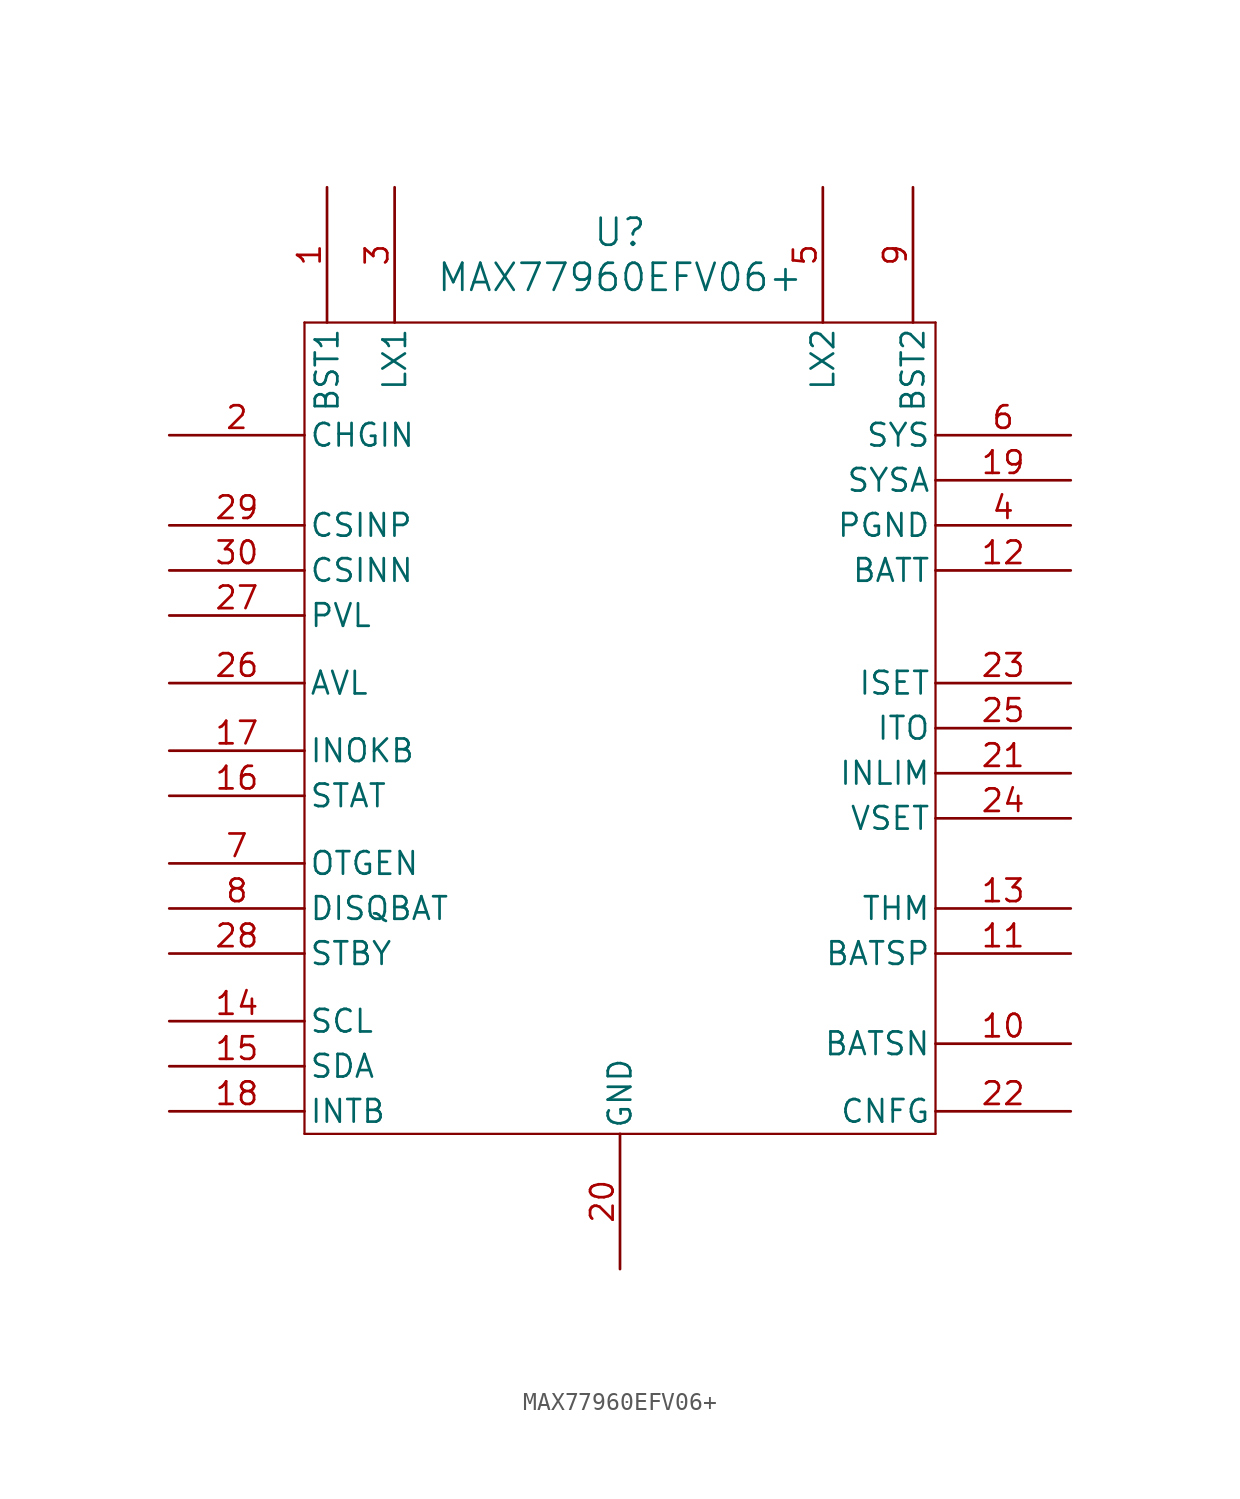
<source format=kicad_sym>
(kicad_symbol_lib
  (version 20231120)
  (generator "kicad_symbol_editor")
  (generator_version "8.0")
  (symbol "MAX77960EFV06+"
    (pin_names
      (offset 0.254))
    (property "Reference" "U"
      (at 25.4 10.16 0)
      (effects (font (size 1.524 1.524))))
    (property "Value" "MAX77960EFV06+"
      (at 25.4 7.62 0)
      (effects (font (size 1.524 1.524))))
    (property "ki_locked" ""
      (at 0 0 0)
      (effects (font (size 1.27 1.27))))
    (symbol "MAX77960EFV06+_0_1"
      (polyline (pts (xy 7.62 -40.64) (xy 43.18 -40.64)) (stroke (width 0.127) (type default)) (fill (type none)))
      (polyline (pts (xy 7.62 5.08) (xy 7.62 -40.64)) (stroke (width 0.127) (type default)) (fill (type none)))
      (polyline (pts (xy 43.18 -40.64) (xy 43.18 5.08)) (stroke (width 0.127) (type default)) (fill (type none)))
      (polyline (pts (xy 43.18 5.08) (xy 7.62 5.08)) (stroke (width 0.127) (type default)) (fill (type none)))
      (pin power_in line (at 8.89 12.7 270) (length 7.62) (name "BST1" (effects (font (size 1.27 1.27)))) (number "1" (effects (font (size 1.27 1.27)))))
      (pin input line (at 50.8 -35.56 180) (length 7.62) (name "BATSN" (effects (font (size 1.27 1.27)))) (number "10" (effects (font (size 1.27 1.27)))))
      (pin input line (at 50.8 -30.48 180) (length 7.62) (name "BATSP" (effects (font (size 1.27 1.27)))) (number "11" (effects (font (size 1.27 1.27)))))
      (pin power_in line (at 50.8 -8.89 180) (length 7.62) (name "BATT" (effects (font (size 1.27 1.27)))) (number "12" (effects (font (size 1.27 1.27)))))
      (pin input line (at 50.8 -27.94 180) (length 7.62) (name "THM" (effects (font (size 1.27 1.27)))) (number "13" (effects (font (size 1.27 1.27)))))
      (pin input line (at 0 -34.29 0) (length 7.62) (name "SCL" (effects (font (size 1.27 1.27)))) (number "14" (effects (font (size 1.27 1.27)))))
      (pin output line (at 0 -36.83 0) (length 7.62) (name "SDA" (effects (font (size 1.27 1.27)))) (number "15" (effects (font (size 1.27 1.27)))))
      (pin output line (at 0 -19.05 0) (length 7.62) (name "INOKB" (effects (font (size 1.27 1.27)))) (number "17" (effects (font (size 1.27 1.27)))))
      (pin output line (at 0 -39.37 0) (length 7.62) (name "INTB" (effects (font (size 1.27 1.27)))) (number "18" (effects (font (size 1.27 1.27)))))
      (pin input line (at 50.8 -3.81 180) (length 7.62) (name "SYSA" (effects (font (size 1.27 1.27)))) (number "19" (effects (font (size 1.27 1.27)))))
      (pin bidirectional line (at 0 -1.27 0) (length 7.62) (name "CHGIN" (effects (font (size 1.27 1.27)))) (number "2" (effects (font (size 1.27 1.27)))))
      (pin power_out line (at 25.4 -48.26 90) (length 7.62) (name "GND" (effects (font (size 1.27 1.27)))) (number "20" (effects (font (size 1.27 1.27)))))
      (pin input line (at 50.8 -20.32 180) (length 7.62) (name "INLIM" (effects (font (size 1.27 1.27)))) (number "21" (effects (font (size 1.27 1.27)))))
      (pin input line (at 50.8 -39.37 180) (length 7.62) (name "CNFG" (effects (font (size 1.27 1.27)))) (number "22" (effects (font (size 1.27 1.27)))))
      (pin input line (at 50.8 -15.24 180) (length 7.62) (name "ISET" (effects (font (size 1.27 1.27)))) (number "23" (effects (font (size 1.27 1.27)))))
      (pin input line (at 50.8 -22.86 180) (length 7.62) (name "VSET" (effects (font (size 1.27 1.27)))) (number "24" (effects (font (size 1.27 1.27)))))
      (pin input line (at 50.8 -17.78 180) (length 7.62) (name "ITO" (effects (font (size 1.27 1.27)))) (number "25" (effects (font (size 1.27 1.27)))))
      (pin power_in line (at 0 -15.24 0) (length 7.62) (name "AVL" (effects (font (size 1.27 1.27)))) (number "26" (effects (font (size 1.27 1.27)))))
      (pin output line (at 0 -11.43 0) (length 7.62) (name "PVL" (effects (font (size 1.27 1.27)))) (number "27" (effects (font (size 1.27 1.27)))))
      (pin input line (at 0 -30.48 0) (length 7.62) (name "STBY" (effects (font (size 1.27 1.27)))) (number "28" (effects (font (size 1.27 1.27)))))
      (pin input line (at 0 -6.35 0) (length 7.62) (name "CSINP" (effects (font (size 1.27 1.27)))) (number "29" (effects (font (size 1.27 1.27)))))
      (pin unspecified line (at 12.7 12.7 270) (length 7.62) (name "LX1" (effects (font (size 1.27 1.27)))) (number "3" (effects (font (size 1.27 1.27)))))
      (pin input line (at 0 -8.89 0) (length 7.62) (name "CSINN" (effects (font (size 1.27 1.27)))) (number "30" (effects (font (size 1.27 1.27)))))
      (pin power_in line (at 50.8 -6.35 180) (length 7.62) (name "PGND" (effects (font (size 1.27 1.27)))) (number "4" (effects (font (size 1.27 1.27)))))
      (pin unspecified line (at 36.83 12.7 270) (length 7.62) (name "LX2" (effects (font (size 1.27 1.27)))) (number "5" (effects (font (size 1.27 1.27)))))
      (pin power_in line (at 50.8 -1.27 180) (length 7.62) (name "SYS" (effects (font (size 1.27 1.27)))) (number "6" (effects (font (size 1.27 1.27)))))
      (pin input line (at 0 -25.4 0) (length 7.62) (name "OTGEN" (effects (font (size 1.27 1.27)))) (number "7" (effects (font (size 1.27 1.27)))))
      (pin input line (at 0 -27.94 0) (length 7.62) (name "DISQBAT" (effects (font (size 1.27 1.27)))) (number "8" (effects (font (size 1.27 1.27)))))
      (pin power_in line (at 41.91 12.7 270) (length 7.62) (name "BST2" (effects (font (size 1.27 1.27)))) (number "9" (effects (font (size 1.27 1.27))))))
    (symbol "MAX77960EFV06+_1_1"
      (pin output line (at 0 -21.59 0) (length 7.62) (name "STAT" (effects (font (size 1.27 1.27)))) (number "16" (effects (font (size 1.27 1.27))))))))
</source>
